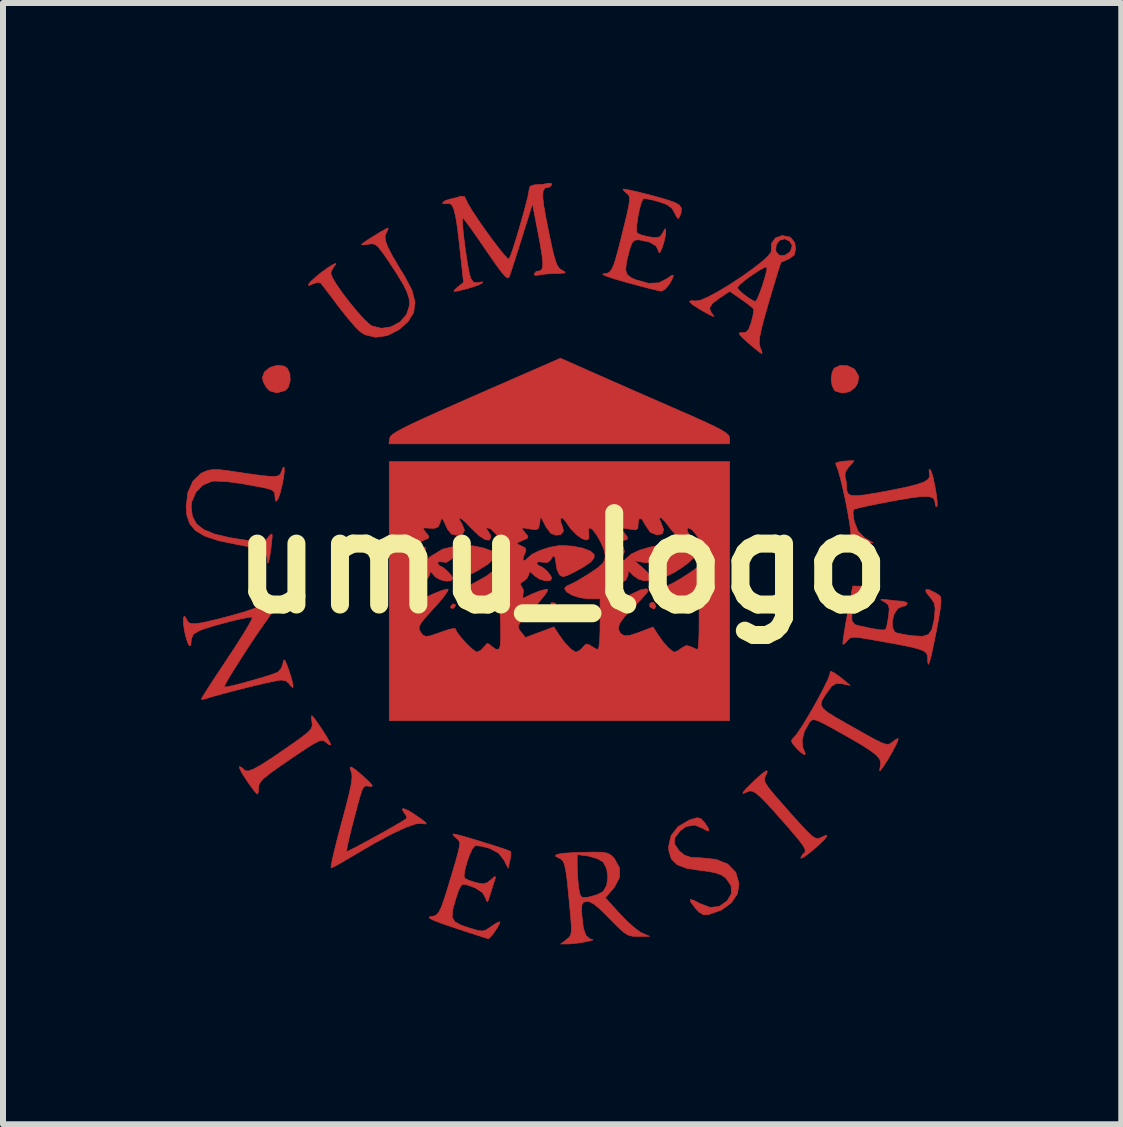
<source format=kicad_pcb>
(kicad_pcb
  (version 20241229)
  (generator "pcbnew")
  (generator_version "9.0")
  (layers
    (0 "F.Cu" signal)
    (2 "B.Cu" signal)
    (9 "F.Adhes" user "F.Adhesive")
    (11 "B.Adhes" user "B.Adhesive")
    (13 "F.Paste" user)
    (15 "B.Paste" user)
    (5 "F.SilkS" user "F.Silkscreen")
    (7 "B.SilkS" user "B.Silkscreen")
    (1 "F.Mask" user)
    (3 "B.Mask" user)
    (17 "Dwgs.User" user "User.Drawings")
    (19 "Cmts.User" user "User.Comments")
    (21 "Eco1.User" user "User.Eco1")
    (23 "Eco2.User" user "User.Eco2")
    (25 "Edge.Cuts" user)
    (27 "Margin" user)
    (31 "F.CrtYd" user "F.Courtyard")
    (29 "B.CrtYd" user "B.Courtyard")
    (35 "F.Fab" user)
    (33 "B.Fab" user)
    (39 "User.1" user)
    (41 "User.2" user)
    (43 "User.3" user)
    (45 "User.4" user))
  (footprint "umu_logo"
    (layer "F.Cu")
    (at 6.318 6.338)
    (property "Reference" "umu_logo" (at 0 0 0) (layer "F.SilkS") (effects (font (size 1.524 1.524) (thickness 0.3))))
    (attr through_hole)
    (fp_poly (pts (xy -1.781 0.688) (xy -1.775 0.708) (xy -1.805 0.748) (xy -1.822 0.756) (xy -1.859 0.742) (xy -1.856 0.722) (xy -1.819 0.678) (xy -1.781 0.688)) (stroke (width 0.01) (type solid)) (fill yes) (layer "F.Cu"))
    (fp_poly (pts (xy -0.118 0.663) (xy -0.108 0.674) (xy -0.112 0.729) (xy -0.123 0.739) (xy -0.179 0.734) (xy -0.188 0.723) (xy -0.184 0.668) (xy -0.173 0.658) (xy -0.118 0.663)) (stroke (width 0.01) (type solid)) (fill yes) (layer "F.Cu"))
    (fp_poly (pts (xy 1.539 0.664) (xy 1.565 0.723) (xy 1.538 0.761) (xy 1.526 0.762) (xy 1.469 0.731) (xy 1.462 0.723) (xy 1.464 0.672) (xy 1.509 0.65) (xy 1.539 0.664)) (stroke (width 0.01) (type solid)) (fill yes) (layer "F.Cu"))
    (fp_poly (pts (xy -4.636 -3.287) (xy -4.58 -3.251) (xy -4.536 -3.159) (xy -4.531 -3.04) (xy -4.563 -2.932) (xy -4.612 -2.88) (xy -4.754 -2.839) (xy -4.874 -2.874) (xy -4.929 -2.93) (xy -4.98 -3.026) (xy -4.995 -3.093) (xy -4.958 -3.191) (xy -4.867 -3.263) (xy -4.75 -3.298) (xy -4.636 -3.287)) (stroke (width 0.01) (type solid)) (fill yes) (layer "F.Cu"))
    (fp_poly (pts (xy 4.758 -3.292) (xy 4.866 -3.241) (xy 4.883 -3.225) (xy 4.946 -3.118) (xy 4.932 -3.008) (xy 4.887 -2.93) (xy 4.794 -2.859) (xy 4.673 -2.836) (xy 4.563 -2.867) (xy 4.538 -2.887) (xy 4.502 -2.964) (xy 4.487 -3.069) (xy 4.503 -3.179) (xy 4.538 -3.251) (xy 4.635 -3.296) (xy 4.758 -3.292)) (stroke (width 0.01) (type solid)) (fill yes) (layer "F.Cu"))
    (fp_poly (pts (xy 0.442 -3.209) (xy 0.621 -3.13) (xy 0.859 -3.025) (xy 1.136 -2.903) (xy 1.435 -2.772) (xy 1.736 -2.641) (xy 1.852 -2.59) (xy 2.15 -2.46) (xy 2.378 -2.357) (xy 2.547 -2.278) (xy 2.663 -2.217) (xy 2.737 -2.17) (xy 2.778 -2.132) (xy 2.793 -2.098) (xy 2.794 -2.085) (xy 2.794 -1.99) (xy -2.885 -1.99) (xy -2.871 -2.084) (xy -2.858 -2.113) (xy -2.821 -2.148) (xy -2.754 -2.192) (xy -2.65 -2.249) (xy -2.501 -2.323) (xy -2.3 -2.416) (xy -2.041 -2.533) (xy -1.715 -2.677) (xy -1.442 -2.798) (xy -0.026 -3.417) (xy 0.442 -3.209)) (stroke (width 0.01) (type solid)) (fill yes) (layer "F.Cu"))
    (fp_poly (pts (xy 3.424 3.469) (xy 3.396 3.538) (xy 3.389 3.551) (xy 3.374 3.598) (xy 3.386 3.652) (xy 3.433 3.729) (xy 3.524 3.842) (xy 3.635 3.97) (xy 3.829 4.19) (xy 3.976 4.353) (xy 4.084 4.468) (xy 4.161 4.541) (xy 4.217 4.58) (xy 4.258 4.591) (xy 4.294 4.584) (xy 4.319 4.572) (xy 4.402 4.535) (xy 4.42 4.547) (xy 4.374 4.606) (xy 4.267 4.709) (xy 4.212 4.757) (xy 4.1 4.849) (xy 4.018 4.906) (xy 3.98 4.918) (xy 3.979 4.916) (xy 4.01 4.856) (xy 4.022 4.847) (xy 4.052 4.818) (xy 4.054 4.777) (xy 4.021 4.711) (xy 3.946 4.611) (xy 3.824 4.466) (xy 3.741 4.37) (xy 3.552 4.156) (xy 3.409 3.998) (xy 3.303 3.892) (xy 3.225 3.827) (xy 3.168 3.799) (xy 3.121 3.798) (xy 3.089 3.811) (xy 3.022 3.84) (xy 3.016 3.823) (xy 3.071 3.758) (xy 3.189 3.641) (xy 3.206 3.625) (xy 3.332 3.512) (xy 3.403 3.46) (xy 3.424 3.469)) (stroke (width 0.01) (type solid)) (fill yes) (layer "F.Cu"))
    (fp_poly (pts (xy -4.139 2.573) (xy -4.079 2.655) (xy -4.005 2.764) (xy -3.932 2.878) (xy -3.877 2.973) (xy -3.852 3.026) (xy -3.852 3.027) (xy -3.878 3.029) (xy -3.933 2.988) (xy -3.967 2.962) (xy -4.006 2.954) (xy -4.061 2.969) (xy -4.145 3.013) (xy -4.27 3.092) (xy -4.447 3.21) (xy -4.536 3.271) (xy -4.741 3.412) (xy -4.886 3.517) (xy -4.979 3.595) (xy -5.032 3.655) (xy -5.054 3.705) (xy -5.057 3.739) (xy -5.063 3.822) (xy -5.078 3.851) (xy -5.112 3.818) (xy -5.178 3.732) (xy -5.258 3.618) (xy -5.332 3.502) (xy -5.374 3.419) (xy -5.377 3.387) (xy -5.377 3.387) (xy -5.322 3.417) (xy -5.313 3.429) (xy -5.279 3.46) (xy -5.225 3.463) (xy -5.141 3.432) (xy -5.017 3.363) (xy -4.844 3.252) (xy -4.653 3.122) (xy -4.454 2.984) (xy -4.316 2.884) (xy -4.229 2.812) (xy -4.181 2.757) (xy -4.163 2.71) (xy -4.166 2.663) (xy -4.167 2.656) (xy -4.177 2.573) (xy -4.171 2.54) (xy -4.139 2.573)) (stroke (width 0.01) (type solid)) (fill yes) (layer "F.Cu"))
    (fp_poly (pts (xy 2.318 4.26) (xy 2.375 4.322) (xy 2.44 4.419) (xy 2.447 4.463) (xy 2.399 4.45) (xy 2.361 4.426) (xy 2.214 4.366) (xy 2.07 4.389) (xy 1.967 4.464) (xy 1.881 4.577) (xy 1.875 4.678) (xy 1.948 4.788) (xy 1.967 4.807) (xy 2.047 4.87) (xy 2.144 4.902) (xy 2.289 4.911) (xy 2.307 4.911) (xy 2.567 4.937) (xy 2.761 5.014) (xy 2.888 5.144) (xy 2.901 5.166) (xy 2.951 5.343) (xy 2.924 5.51) (xy 2.825 5.659) (xy 2.662 5.779) (xy 2.448 5.857) (xy 2.361 5.862) (xy 2.285 5.817) (xy 2.224 5.752) (xy 2.149 5.652) (xy 2.138 5.607) (xy 2.191 5.617) (xy 2.302 5.675) (xy 2.47 5.739) (xy 2.622 5.721) (xy 2.753 5.629) (xy 2.826 5.506) (xy 2.818 5.375) (xy 2.733 5.251) (xy 2.652 5.194) (xy 2.54 5.156) (xy 2.373 5.129) (xy 2.307 5.122) (xy 2.077 5.086) (xy 1.919 5.026) (xy 1.825 4.933) (xy 1.782 4.8) (xy 1.778 4.721) (xy 1.818 4.543) (xy 1.932 4.395) (xy 2.115 4.286) (xy 2.155 4.271) (xy 2.256 4.243) (xy 2.318 4.26)) (stroke (width 0.01) (type solid)) (fill yes) (layer "F.Cu"))
    (fp_poly (pts (xy -3.444 3.441) (xy -3.321 3.545) (xy -3.302 3.562) (xy -3.202 3.656) (xy -3.161 3.705) (xy -3.174 3.722) (xy -3.214 3.719) (xy -3.254 3.713) (xy -3.284 3.716) (xy -3.31 3.738) (xy -3.336 3.793) (xy -3.368 3.89) (xy -3.409 4.041) (xy -3.466 4.257) (xy -3.497 4.374) (xy -3.541 4.55) (xy -3.573 4.692) (xy -3.589 4.783) (xy -3.589 4.807) (xy -3.551 4.792) (xy -3.455 4.744) (xy -3.319 4.672) (xy -3.16 4.585) (xy -2.993 4.493) (xy -2.836 4.404) (xy -2.705 4.328) (xy -2.616 4.273) (xy -2.588 4.253) (xy -2.596 4.211) (xy -2.625 4.17) (xy -2.665 4.105) (xy -2.644 4.089) (xy -2.566 4.121) (xy -2.474 4.177) (xy -2.337 4.271) (xy -2.268 4.326) (xy -2.264 4.348) (xy -2.321 4.342) (xy -2.338 4.338) (xy -2.44 4.346) (xy -2.607 4.405) (xy -2.836 4.512) (xy -3.123 4.666) (xy -3.467 4.867) (xy -3.538 4.909) (xy -3.675 4.99) (xy -3.784 5.051) (xy -3.844 5.079) (xy -3.849 5.08) (xy -3.848 5.041) (xy -3.827 4.934) (xy -3.789 4.771) (xy -3.737 4.564) (xy -3.674 4.329) (xy -3.598 4.045) (xy -3.545 3.832) (xy -3.513 3.678) (xy -3.5 3.573) (xy -3.504 3.505) (xy -3.511 3.482) (xy -3.535 3.411) (xy -3.514 3.396) (xy -3.444 3.441)) (stroke (width 0.01) (type solid)) (fill yes) (layer "F.Cu"))
    (fp_poly (pts (xy 4.536 1.827) (xy 4.643 1.903) (xy 4.699 1.949) (xy 4.805 2.037) (xy 4.672 2.011) (xy 4.57 2.005) (xy 4.499 2.048) (xy 4.456 2.104) (xy 4.379 2.212) (xy 4.331 2.293) (xy 4.319 2.358) (xy 4.348 2.418) (xy 4.426 2.485) (xy 4.56 2.569) (xy 4.756 2.681) (xy 4.848 2.733) (xy 5.066 2.856) (xy 5.223 2.942) (xy 5.331 2.994) (xy 5.403 3.018) (xy 5.45 3.018) (xy 5.485 3) (xy 5.497 2.99) (xy 5.567 2.937) (xy 5.604 2.921) (xy 5.6 2.953) (xy 5.563 3.037) (xy 5.502 3.152) (xy 5.429 3.276) (xy 5.355 3.391) (xy 5.343 3.408) (xy 5.301 3.462) (xy 5.295 3.445) (xy 5.308 3.378) (xy 5.313 3.319) (xy 5.294 3.262) (xy 5.241 3.2) (xy 5.145 3.126) (xy 4.998 3.031) (xy 4.791 2.91) (xy 4.623 2.816) (xy 4.437 2.712) (xy 4.311 2.647) (xy 4.23 2.614) (xy 4.18 2.609) (xy 4.147 2.627) (xy 4.127 2.651) (xy 4.041 2.802) (xy 4.002 2.954) (xy 4.016 3.079) (xy 4.022 3.092) (xy 4.057 3.175) (xy 4.04 3.194) (xy 3.977 3.15) (xy 3.915 3.09) (xy 3.842 3.006) (xy 3.824 2.956) (xy 3.854 2.916) (xy 3.862 2.91) (xy 3.913 2.85) (xy 3.991 2.735) (xy 4.084 2.584) (xy 4.184 2.413) (xy 4.282 2.237) (xy 4.367 2.074) (xy 4.432 1.941) (xy 4.465 1.853) (xy 4.468 1.83) (xy 4.475 1.801) (xy 4.536 1.827)) (stroke (width 0.01) (type solid)) (fill yes) (layer "F.Cu"))
    (fp_poly (pts (xy 4.864 -1.707) (xy 4.868 -1.705) (xy 4.842 -1.67) (xy 4.78 -1.605) (xy 4.725 -1.522) (xy 4.717 -1.454) (xy 4.738 -1.359) (xy 4.742 -1.298) (xy 4.746 -1.217) (xy 4.766 -1.162) (xy 4.813 -1.132) (xy 4.899 -1.124) (xy 5.035 -1.137) (xy 5.234 -1.169) (xy 5.434 -1.206) (xy 5.705 -1.26) (xy 5.902 -1.308) (xy 6.033 -1.353) (xy 6.106 -1.4) (xy 6.132 -1.451) (xy 6.123 -1.502) (xy 6.119 -1.557) (xy 6.133 -1.566) (xy 6.156 -1.528) (xy 6.185 -1.432) (xy 6.213 -1.301) (xy 6.238 -1.162) (xy 6.253 -1.04) (xy 6.254 -0.959) (xy 6.248 -0.943) (xy 6.227 -0.953) (xy 6.223 -0.983) (xy 6.213 -1.049) (xy 6.178 -1.092) (xy 6.105 -1.112) (xy 5.984 -1.111) (xy 5.804 -1.088) (xy 5.555 -1.045) (xy 5.496 -1.034) (xy 5.279 -0.992) (xy 5.092 -0.954) (xy 4.951 -0.922) (xy 4.871 -0.9) (xy 4.86 -0.894) (xy 4.851 -0.841) (xy 4.864 -0.737) (xy 4.876 -0.683) (xy 4.939 -0.529) (xy 5.042 -0.427) (xy 5.055 -0.419) (xy 5.186 -0.339) (xy 4.991 -0.339) (xy 4.872 -0.342) (xy 4.819 -0.36) (xy 4.809 -0.405) (xy 4.815 -0.441) (xy 4.814 -0.521) (xy 4.796 -0.66) (xy 4.765 -0.84) (xy 4.727 -1.039) (xy 4.684 -1.237) (xy 4.641 -1.415) (xy 4.603 -1.552) (xy 4.572 -1.629) (xy 4.569 -1.634) (xy 4.563 -1.669) (xy 4.627 -1.691) (xy 4.698 -1.7) (xy 4.804 -1.708) (xy 4.864 -1.707)) (stroke (width 0.01) (type solid)) (fill yes) (layer "F.Cu"))
    (fp_poly (pts (xy -4.628 -1.541) (xy -4.64 -1.434) (xy -4.66 -1.326) (xy -4.698 -1.17) (xy -4.735 -1.068) (xy -4.764 -1.029) (xy -4.781 -1.06) (xy -4.784 -1.11) (xy -4.792 -1.177) (xy -4.832 -1.218) (xy -4.922 -1.248) (xy -5.006 -1.266) (xy -5.336 -1.326) (xy -5.596 -1.361) (xy -5.783 -1.369) (xy -5.839 -1.364) (xy -5.985 -1.303) (xy -6.102 -1.183) (xy -6.171 -1.026) (xy -6.181 -0.938) (xy -6.161 -0.781) (xy -6.095 -0.658) (xy -5.976 -0.562) (xy -5.793 -0.486) (xy -5.539 -0.426) (xy -5.387 -0.401) (xy -5.198 -0.373) (xy -5.075 -0.359) (xy -4.998 -0.36) (xy -4.95 -0.377) (xy -4.913 -0.412) (xy -4.896 -0.433) (xy -4.853 -0.482) (xy -4.833 -0.486) (xy -4.831 -0.433) (xy -4.844 -0.312) (xy -4.848 -0.275) (xy -4.87 -0.12) (xy -4.889 -0.026) (xy -4.903 0.001) (xy -4.91 -0.047) (xy -4.911 -0.076) (xy -4.925 -0.142) (xy -4.975 -0.193) (xy -5.073 -0.237) (xy -5.233 -0.277) (xy -5.433 -0.315) (xy -5.731 -0.377) (xy -5.953 -0.451) (xy -6.108 -0.542) (xy -6.206 -0.657) (xy -6.255 -0.804) (xy -6.265 -0.941) (xy -6.236 -1.179) (xy -6.152 -1.367) (xy -6.018 -1.496) (xy -5.982 -1.515) (xy -5.903 -1.547) (xy -5.821 -1.561) (xy -5.712 -1.559) (xy -5.554 -1.54) (xy -5.471 -1.527) (xy -5.201 -1.487) (xy -5.004 -1.461) (xy -4.866 -1.447) (xy -4.777 -1.446) (xy -4.724 -1.459) (xy -4.695 -1.484) (xy -4.678 -1.522) (xy -4.678 -1.522) (xy -4.648 -1.597) (xy -4.631 -1.599) (xy -4.628 -1.541)) (stroke (width 0.01) (type solid)) (fill yes) (layer "F.Cu"))
    (fp_poly (pts (xy -2.902 -5.558) (xy -2.93 -5.505) (xy -2.95 -5.448) (xy -2.942 -5.373) (xy -2.902 -5.267) (xy -2.826 -5.12) (xy -2.709 -4.921) (xy -2.625 -4.787) (xy -2.501 -4.551) (xy -2.45 -4.352) (xy -2.472 -4.179) (xy -2.569 -4.024) (xy -2.718 -3.893) (xy -2.91 -3.794) (xy -3.105 -3.766) (xy -3.284 -3.808) (xy -3.361 -3.856) (xy -3.435 -3.928) (xy -3.541 -4.049) (xy -3.662 -4.198) (xy -3.733 -4.29) (xy -3.845 -4.439) (xy -3.939 -4.563) (xy -4.004 -4.646) (xy -4.024 -4.671) (xy -4.08 -4.681) (xy -4.144 -4.659) (xy -4.217 -4.629) (xy -4.229 -4.644) (xy -4.186 -4.697) (xy -4.093 -4.781) (xy -4.024 -4.837) (xy -3.907 -4.922) (xy -3.818 -4.978) (xy -3.769 -4.998) (xy -3.771 -4.979) (xy -3.802 -4.945) (xy -3.847 -4.863) (xy -3.852 -4.828) (xy -3.825 -4.755) (xy -3.754 -4.638) (xy -3.652 -4.493) (xy -3.532 -4.337) (xy -3.408 -4.187) (xy -3.294 -4.061) (xy -3.202 -3.977) (xy -3.17 -3.956) (xy -3.01 -3.915) (xy -2.846 -3.941) (xy -2.699 -4.022) (xy -2.591 -4.145) (xy -2.541 -4.299) (xy -2.54 -4.326) (xy -2.55 -4.419) (xy -2.586 -4.526) (xy -2.653 -4.66) (xy -2.76 -4.835) (xy -2.889 -5.032) (xy -2.992 -5.18) (xy -3.064 -5.271) (xy -3.119 -5.315) (xy -3.173 -5.325) (xy -3.222 -5.318) (xy -3.308 -5.306) (xy -3.344 -5.31) (xy -3.344 -5.31) (xy -3.312 -5.339) (xy -3.23 -5.395) (xy -3.123 -5.462) (xy -3.016 -5.527) (xy -2.933 -5.574) (xy -2.899 -5.588) (xy -2.902 -5.558)) (stroke (width 0.01) (type solid)) (fill yes) (layer "F.Cu"))
    (fp_poly (pts (xy 0.677 4.819) (xy 0.757 4.834) (xy 0.812 4.863) (xy 0.86 4.91) (xy 0.874 4.926) (xy 0.959 5.078) (xy 0.96 5.235) (xy 0.877 5.396) (xy 0.848 5.432) (xy 0.722 5.576) (xy 0.962 5.842) (xy 1.09 5.973) (xy 1.215 6.084) (xy 1.314 6.155) (xy 1.332 6.164) (xy 1.46 6.22) (xy 1.271 6.221) (xy 1.179 6.219) (xy 1.106 6.201) (xy 1.033 6.156) (xy 0.94 6.074) (xy 0.81 5.942) (xy 0.793 5.924) (xy 0.642 5.774) (xy 0.532 5.682) (xy 0.453 5.641) (xy 0.412 5.638) (xy 0.358 5.653) (xy 0.332 5.694) (xy 0.327 5.781) (xy 0.333 5.884) (xy 0.356 6.082) (xy 0.399 6.205) (xy 0.465 6.263) (xy 0.499 6.27) (xy 0.516 6.279) (xy 0.47 6.295) (xy 0.383 6.313) (xy 0.275 6.331) (xy 0.168 6.343) (xy 0.106 6.347) (xy -0.021 6.348) (xy 0.076 6.273) (xy 0.118 6.238) (xy 0.144 6.199) (xy 0.156 6.139) (xy 0.156 6.042) (xy 0.144 5.89) (xy 0.128 5.713) (xy 0.102 5.442) (xy 0.081 5.244) (xy 0.06 5.105) (xy 0.039 5.015) (xy 0.013 4.961) (xy -0.019 4.931) (xy -0.052 4.915) (xy -0.111 4.882) (xy -0.089 4.857) (xy 0.254 4.857) (xy 0.254 5.064) (xy 0.261 5.228) (xy 0.275 5.388) (xy 0.281 5.43) (xy 0.303 5.533) (xy 0.34 5.573) (xy 0.42 5.569) (xy 0.461 5.562) (xy 0.585 5.526) (xy 0.682 5.475) (xy 0.688 5.47) (xy 0.745 5.372) (xy 0.764 5.234) (xy 0.745 5.094) (xy 0.69 4.986) (xy 0.681 4.977) (xy 0.586 4.924) (xy 0.455 4.885) (xy 0.427 4.88) (xy 0.254 4.857) (xy -0.089 4.857) (xy -0.088 4.856) (xy 0.017 4.836) (xy 0.206 4.823) (xy 0.361 4.819) (xy 0.551 4.816) (xy 0.677 4.819)) (stroke (width 0.01) (type solid)) (fill yes) (layer "F.Cu"))
    (fp_poly (pts (xy 5.016 0.385) (xy 5.186 0.388) (xy 5.05 0.447) (xy 4.94 0.523) (xy 4.876 0.648) (xy 4.871 0.666) (xy 4.832 0.843) (xy 4.833 0.957) (xy 4.877 1.019) (xy 4.921 1.036) (xy 5.131 1.082) (xy 5.272 1.107) (xy 5.356 1.114) (xy 5.394 1.104) (xy 5.398 1.1) (xy 5.416 1.04) (xy 5.437 0.929) (xy 5.445 0.88) (xy 5.455 0.76) (xy 5.438 0.694) (xy 5.384 0.65) (xy 5.37 0.643) (xy 5.316 0.611) (xy 5.325 0.601) (xy 5.407 0.608) (xy 5.44 0.612) (xy 5.568 0.627) (xy 5.669 0.634) (xy 5.683 0.635) (xy 5.746 0.655) (xy 5.757 0.677) (xy 5.722 0.712) (xy 5.672 0.72) (xy 5.596 0.756) (xy 5.539 0.844) (xy 5.507 0.958) (xy 5.508 1.068) (xy 5.546 1.145) (xy 5.57 1.16) (xy 5.65 1.179) (xy 5.778 1.201) (xy 5.858 1.211) (xy 6.01 1.219) (xy 6.108 1.189) (xy 6.166 1.107) (xy 6.201 0.959) (xy 6.209 0.892) (xy 6.22 0.754) (xy 6.205 0.665) (xy 6.157 0.592) (xy 6.137 0.57) (xy 6.068 0.482) (xy 6.065 0.439) (xy 6.12 0.443) (xy 6.226 0.495) (xy 6.296 0.54) (xy 6.315 0.574) (xy 6.318 0.648) (xy 6.304 0.774) (xy 6.272 0.964) (xy 6.242 1.122) (xy 6.19 1.379) (xy 6.151 1.556) (xy 6.123 1.657) (xy 6.106 1.687) (xy 6.097 1.648) (xy 6.096 1.594) (xy 6.092 1.538) (xy 6.071 1.495) (xy 6.022 1.459) (xy 5.934 1.427) (xy 5.795 1.392) (xy 5.594 1.352) (xy 5.361 1.31) (xy 5.138 1.27) (xy 4.985 1.245) (xy 4.885 1.235) (xy 4.824 1.239) (xy 4.787 1.257) (xy 4.76 1.287) (xy 4.758 1.29) (xy 4.707 1.345) (xy 4.683 1.352) (xy 4.684 1.305) (xy 4.699 1.193) (xy 4.725 1.033) (xy 4.757 0.857) (xy 4.847 0.381) (xy 5.016 0.385)) (stroke (width 0.01) (type solid)) (fill yes) (layer "F.Cu"))
    (fp_poly (pts (xy 1.065 -6.232) (xy 1.175 -6.209) (xy 1.333 -6.171) (xy 1.513 -6.125) (xy 1.729 -6.065) (xy 1.873 -6.016) (xy 1.956 -5.97) (xy 1.99 -5.917) (xy 1.986 -5.849) (xy 1.962 -5.778) (xy 1.938 -5.743) (xy 1.907 -5.777) (xy 1.881 -5.835) (xy 1.828 -5.921) (xy 1.742 -5.981) (xy 1.607 -6.029) (xy 1.479 -6.062) (xy 1.385 -6.078) (xy 1.355 -6.075) (xy 1.325 -6.021) (xy 1.294 -5.913) (xy 1.267 -5.779) (xy 1.248 -5.646) (xy 1.243 -5.544) (xy 1.253 -5.503) (xy 1.316 -5.473) (xy 1.427 -5.444) (xy 1.463 -5.438) (xy 1.577 -5.426) (xy 1.639 -5.445) (xy 1.68 -5.506) (xy 1.682 -5.51) (xy 1.717 -5.574) (xy 1.729 -5.565) (xy 1.73 -5.524) (xy 1.72 -5.439) (xy 1.696 -5.341) (xy 1.667 -5.25) (xy 1.638 -5.187) (xy 1.618 -5.174) (xy 1.613 -5.197) (xy 1.569 -5.287) (xy 1.458 -5.353) (xy 1.293 -5.389) (xy 1.274 -5.39) (xy 1.21 -5.384) (xy 1.168 -5.34) (xy 1.131 -5.239) (xy 1.116 -5.186) (xy 1.073 -5.006) (xy 1.062 -4.887) (xy 1.087 -4.811) (xy 1.153 -4.759) (xy 1.229 -4.725) (xy 1.441 -4.665) (xy 1.616 -4.674) (xy 1.751 -4.744) (xy 1.832 -4.8) (xy 1.858 -4.795) (xy 1.832 -4.727) (xy 1.79 -4.653) (xy 1.723 -4.57) (xy 1.657 -4.535) (xy 1.652 -4.535) (xy 1.588 -4.548) (xy 1.461 -4.579) (xy 1.288 -4.624) (xy 1.088 -4.678) (xy 1.079 -4.68) (xy 0.899 -4.732) (xy 0.765 -4.775) (xy 0.688 -4.807) (xy 0.679 -4.822) (xy 0.686 -4.822) (xy 0.743 -4.828) (xy 0.789 -4.849) (xy 0.828 -4.897) (xy 0.866 -4.982) (xy 0.908 -5.118) (xy 0.96 -5.314) (xy 1.016 -5.541) (xy 1.072 -5.768) (xy 1.107 -5.926) (xy 1.125 -6.031) (xy 1.126 -6.095) (xy 1.112 -6.134) (xy 1.084 -6.161) (xy 1.079 -6.165) (xy 1.025 -6.215) (xy 1.019 -6.237) (xy 1.065 -6.232)) (stroke (width 0.01) (type solid)) (fill yes) (layer "F.Cu"))
    (fp_poly (pts (xy -4.872 0.569) (xy -4.857 0.623) (xy -4.835 0.751) (xy -4.849 0.838) (xy -4.885 0.899) (xy -4.989 1.045) (xy -5.108 1.217) (xy -5.231 1.403) (xy -5.351 1.589) (xy -5.46 1.761) (xy -5.549 1.906) (xy -5.609 2.011) (xy -5.631 2.063) (xy -5.63 2.066) (xy -5.578 2.06) (xy -5.465 2.035) (xy -5.314 1.996) (xy -5.146 1.949) (xy -4.981 1.901) (xy -4.842 1.857) (xy -4.749 1.822) (xy -4.734 1.815) (xy -4.676 1.748) (xy -4.649 1.662) (xy -4.638 1.612) (xy -4.618 1.621) (xy -4.585 1.697) (xy -4.544 1.81) (xy -4.503 1.943) (xy -4.482 2.038) (xy -4.487 2.074) (xy -4.487 2.074) (xy -4.529 2.041) (xy -4.545 2.011) (xy -4.601 1.963) (xy -4.681 1.947) (xy -4.752 1.958) (xy -4.886 1.986) (xy -5.064 2.027) (xy -5.267 2.076) (xy -5.476 2.129) (xy -5.673 2.181) (xy -5.838 2.227) (xy -5.953 2.263) (xy -5.958 2.265) (xy -6.007 2.27) (xy -6.011 2.263) (xy -5.989 2.223) (xy -5.927 2.124) (xy -5.832 1.977) (xy -5.711 1.794) (xy -5.573 1.585) (xy -5.567 1.576) (xy -5.43 1.368) (xy -5.314 1.185) (xy -5.226 1.039) (xy -5.173 0.939) (xy -5.159 0.898) (xy -5.16 0.898) (xy -5.219 0.902) (xy -5.338 0.925) (xy -5.494 0.961) (xy -5.666 1.006) (xy -5.833 1.053) (xy -5.973 1.097) (xy -6.042 1.123) (xy -6.141 1.181) (xy -6.178 1.257) (xy -6.181 1.297) (xy -6.189 1.374) (xy -6.212 1.377) (xy -6.243 1.315) (xy -6.278 1.197) (xy -6.296 1.111) (xy -6.313 0.984) (xy -6.31 0.904) (xy -6.29 0.884) (xy -6.257 0.935) (xy -6.25 0.953) (xy -6.224 0.99) (xy -6.174 1.009) (xy -6.089 1.007) (xy -5.956 0.984) (xy -5.764 0.939) (xy -5.554 0.885) (xy -5.303 0.814) (xy -5.124 0.752) (xy -5.006 0.693) (xy -4.938 0.631) (xy -4.909 0.56) (xy -4.906 0.533) (xy -4.895 0.515) (xy -4.872 0.569)) (stroke (width 0.01) (type solid)) (fill yes) (layer "F.Cu"))
    (fp_poly (pts (xy -1.774 4.519) (xy -1.67 4.546) (xy -1.525 4.588) (xy -1.358 4.638) (xy -1.188 4.69) (xy -1.034 4.74) (xy -0.918 4.78) (xy -0.857 4.805) (xy -0.853 4.807) (xy -0.851 4.853) (xy -0.866 4.946) (xy -0.868 4.953) (xy -0.897 5.086) (xy -0.967 4.948) (xy -1.056 4.833) (xy -1.197 4.758) (xy -1.218 4.75) (xy -1.34 4.718) (xy -1.432 4.708) (xy -1.453 4.711) (xy -1.494 4.761) (xy -1.541 4.863) (xy -1.586 4.99) (xy -1.619 5.116) (xy -1.632 5.213) (xy -1.623 5.25) (xy -1.561 5.283) (xy -1.455 5.319) (xy -1.433 5.325) (xy -1.321 5.346) (xy -1.244 5.325) (xy -1.184 5.276) (xy -1.122 5.224) (xy -1.107 5.233) (xy -1.113 5.256) (xy -1.14 5.338) (xy -1.178 5.462) (xy -1.192 5.507) (xy -1.226 5.613) (xy -1.247 5.645) (xy -1.264 5.612) (xy -1.27 5.586) (xy -1.326 5.49) (xy -1.449 5.411) (xy -1.596 5.358) (xy -1.647 5.351) (xy -1.685 5.377) (xy -1.722 5.451) (xy -1.769 5.59) (xy -1.776 5.613) (xy -1.824 5.786) (xy -1.831 5.9) (xy -1.787 5.976) (xy -1.682 6.034) (xy -1.54 6.082) (xy -1.409 6.121) (xy -1.327 6.132) (xy -1.263 6.113) (xy -1.188 6.062) (xy -1.182 6.058) (xy -1.095 6) (xy -1.041 5.977) (xy -1.035 5.978) (xy -1.046 6.019) (xy -1.091 6.096) (xy -1.15 6.181) (xy -1.203 6.244) (xy -1.228 6.26) (xy -1.274 6.246) (xy -1.384 6.211) (xy -1.544 6.159) (xy -1.737 6.096) (xy -1.778 6.082) (xy -1.996 6.008) (xy -2.138 5.954) (xy -2.208 5.918) (xy -2.211 5.898) (xy -2.191 5.893) (xy -2.135 5.883) (xy -2.091 5.862) (xy -2.053 5.817) (xy -2.013 5.737) (xy -1.967 5.61) (xy -1.908 5.425) (xy -1.838 5.192) (xy -1.773 4.972) (xy -1.731 4.82) (xy -1.709 4.719) (xy -1.706 4.658) (xy -1.721 4.62) (xy -1.75 4.593) (xy -1.755 4.589) (xy -1.81 4.538) (xy -1.817 4.513) (xy -1.774 4.519)) (stroke (width 0.01) (type solid)) (fill yes) (layer "F.Cu"))
    (fp_poly (pts (xy 3.808 -5.433) (xy 3.879 -5.345) (xy 3.895 -5.24) (xy 3.871 -5.137) (xy 3.784 -5.073) (xy 3.778 -5.071) (xy 3.692 -5.033) (xy 3.651 -5.015) (xy 3.636 -4.974) (xy 3.602 -4.866) (xy 3.552 -4.704) (xy 3.492 -4.503) (xy 3.448 -4.357) (xy 3.375 -4.1) (xy 3.325 -3.91) (xy 3.297 -3.776) (xy 3.288 -3.685) (xy 3.295 -3.623) (xy 3.302 -3.603) (xy 3.332 -3.525) (xy 3.335 -3.491) (xy 3.3 -3.511) (xy 3.22 -3.574) (xy 3.111 -3.666) (xy 3.004 -3.764) (xy 2.955 -3.819) (xy 2.961 -3.841) (xy 3 -3.842) (xy 3.066 -3.848) (xy 3.111 -3.896) (xy 3.153 -4.006) (xy 3.156 -4.019) (xy 3.186 -4.138) (xy 3.196 -4.222) (xy 3.192 -4.24) (xy 3.147 -4.282) (xy 3.056 -4.352) (xy 2.983 -4.403) (xy 2.796 -4.532) (xy 2.626 -4.42) (xy 2.507 -4.329) (xy 2.461 -4.256) (xy 2.481 -4.185) (xy 2.508 -4.152) (xy 2.535 -4.115) (xy 2.506 -4.119) (xy 2.415 -4.165) (xy 2.297 -4.233) (xy 2.173 -4.312) (xy 2.125 -4.36) (xy 2.152 -4.377) (xy 2.234 -4.371) (xy 2.315 -4.386) (xy 2.443 -4.442) (xy 2.604 -4.529) (xy 2.711 -4.593) (xy 2.923 -4.593) (xy 2.954 -4.548) (xy 3.029 -4.482) (xy 3.121 -4.415) (xy 3.2 -4.37) (xy 3.224 -4.363) (xy 3.251 -4.399) (xy 3.293 -4.495) (xy 3.343 -4.631) (xy 3.345 -4.638) (xy 3.388 -4.78) (xy 3.414 -4.887) (xy 3.416 -4.938) (xy 3.415 -4.939) (xy 3.372 -4.929) (xy 3.284 -4.88) (xy 3.174 -4.808) (xy 3.063 -4.728) (xy 2.974 -4.654) (xy 2.926 -4.602) (xy 2.923 -4.593) (xy 2.711 -4.593) (xy 2.785 -4.637) (xy 2.97 -4.758) (xy 3.146 -4.882) (xy 3.3 -4.999) (xy 3.417 -5.101) (xy 3.482 -5.178) (xy 3.491 -5.211) (xy 3.491 -5.215) (xy 3.563 -5.215) (xy 3.571 -5.186) (xy 3.628 -5.131) (xy 3.713 -5.131) (xy 3.792 -5.182) (xy 3.813 -5.212) (xy 3.838 -5.296) (xy 3.796 -5.366) (xy 3.796 -5.366) (xy 3.711 -5.407) (xy 3.629 -5.383) (xy 3.572 -5.313) (xy 3.563 -5.215) (xy 3.491 -5.215) (xy 3.492 -5.329) (xy 3.557 -5.421) (xy 3.668 -5.461) (xy 3.676 -5.461) (xy 3.808 -5.433)) (stroke (width 0.01) (type solid)) (fill yes) (layer "F.Cu"))
    (fp_poly (pts (xy -0.18 -6.333) (xy -0.169 -6.312) (xy -0.204 -6.271) (xy -0.234 -6.265) (xy -0.286 -6.252) (xy -0.315 -6.204) (xy -0.321 -6.11) (xy -0.304 -5.959) (xy -0.265 -5.74) (xy -0.254 -5.686) (xy -0.2 -5.417) (xy -0.157 -5.218) (xy -0.121 -5.079) (xy -0.089 -4.987) (xy -0.057 -4.929) (xy -0.019 -4.895) (xy 0.01 -4.878) (xy 0.055 -4.851) (xy 0.041 -4.837) (xy -0.043 -4.83) (xy -0.113 -4.829) (xy -0.252 -4.822) (xy -0.363 -4.809) (xy -0.399 -4.8) (xy -0.455 -4.8) (xy -0.466 -4.821) (xy -0.431 -4.863) (xy -0.401 -4.868) (xy -0.354 -4.878) (xy -0.327 -4.915) (xy -0.319 -4.991) (xy -0.331 -5.119) (xy -0.361 -5.308) (xy -0.394 -5.482) (xy -0.492 -5.99) (xy -0.671 -5.419) (xy -0.738 -5.206) (xy -0.798 -5.018) (xy -0.846 -4.871) (xy -0.876 -4.783) (xy -0.881 -4.77) (xy -0.902 -4.753) (xy -0.942 -4.778) (xy -1.007 -4.851) (xy -1.102 -4.98) (xy -1.235 -5.171) (xy -1.271 -5.224) (xy -1.397 -5.408) (xy -1.507 -5.565) (xy -1.593 -5.682) (xy -1.644 -5.747) (xy -1.655 -5.756) (xy -1.661 -5.718) (xy -1.655 -5.616) (xy -1.641 -5.47) (xy -1.62 -5.298) (xy -1.595 -5.121) (xy -1.569 -4.958) (xy -1.543 -4.827) (xy -1.522 -4.749) (xy -1.522 -4.749) (xy -1.472 -4.679) (xy -1.395 -4.677) (xy -1.386 -4.68) (xy -1.325 -4.69) (xy -1.333 -4.667) (xy -1.392 -4.638) (xy -1.502 -4.6) (xy -1.63 -4.563) (xy -1.744 -4.537) (xy -1.801 -4.53) (xy -1.794 -4.552) (xy -1.736 -4.606) (xy -1.735 -4.606) (xy -1.641 -4.682) (xy -1.71 -5.313) (xy -1.741 -5.58) (xy -1.771 -5.772) (xy -1.802 -5.9) (xy -1.837 -5.972) (xy -1.881 -5.999) (xy -1.936 -5.991) (xy -1.937 -5.991) (xy -1.985 -5.994) (xy -1.99 -6.007) (xy -1.953 -6.041) (xy -1.873 -6.067) (xy -1.76 -6.094) (xy -1.688 -6.117) (xy -1.624 -6.11) (xy -1.598 -6.058) (xy -1.565 -5.988) (xy -1.496 -5.874) (xy -1.401 -5.73) (xy -1.292 -5.572) (xy -1.177 -5.414) (xy -1.069 -5.271) (xy -0.977 -5.156) (xy -0.912 -5.085) (xy -0.884 -5.07) (xy -0.859 -5.124) (xy -0.817 -5.242) (xy -0.766 -5.403) (xy -0.71 -5.59) (xy -0.655 -5.782) (xy -0.607 -5.96) (xy -0.57 -6.106) (xy -0.552 -6.2) (xy -0.55 -6.217) (xy -0.532 -6.283) (xy -0.462 -6.307) (xy -0.427 -6.308) (xy -0.312 -6.316) (xy -0.236 -6.333) (xy -0.18 -6.333)) (stroke (width 0.01) (type solid)) (fill yes) (layer "F.Cu"))
    (fp_poly (pts (xy 2.794 2.625) (xy -2.879 2.625) (xy -2.879 -0.321) (xy -2.401 -0.321) (xy -2.341 -0.294) (xy -2.337 -0.293) (xy -2.27 -0.254) (xy -2.273 -0.196) (xy -2.288 -0.166) (xy -2.317 -0.08) (xy -2.291 -0.052) (xy -2.219 -0.089) (xy -2.191 -0.112) (xy -1.991 -0.233) (xy -1.748 -0.293) (xy -1.476 -0.288) (xy -1.303 -0.252) (xy -1.172 -0.203) (xy -1.116 -0.144) (xy -1.137 -0.073) (xy -1.235 0.016) (xy -1.412 0.128) (xy -1.414 0.129) (xy -1.56 0.201) (xy -1.657 0.212) (xy -1.718 0.158) (xy -1.757 0.034) (xy -1.762 0.01) (xy -1.783 -0.085) (xy -1.807 -0.107) (xy -1.843 -0.068) (xy -1.844 -0.067) (xy -1.925 -0.014) (xy -1.987 -0.02) (xy -2.057 -0.026) (xy -2.074 -0.003) (xy -2.049 0.041) (xy -2.04 0.042) (xy -1.982 0.071) (xy -1.905 0.137) (xy -1.841 0.211) (xy -1.82 0.256) (xy -1.853 0.294) (xy -1.932 0.299) (xy -2.028 0.276) (xy -2.111 0.229) (xy -2.135 0.202) (xy -2.183 0.143) (xy -2.2 0.153) (xy -2.201 0.182) (xy -2.237 0.25) (xy -2.313 0.299) (xy -2.388 0.333) (xy -2.391 0.363) (xy -2.349 0.397) (xy -2.295 0.475) (xy -2.3 0.527) (xy -2.31 0.579) (xy -2.297 0.583) (xy -2.147 0.512) (xy -2.015 0.459) (xy -1.922 0.433) (xy -1.897 0.433) (xy -1.906 0.467) (xy -1.963 0.549) (xy -2.058 0.664) (xy -2.136 0.75) (xy -2.265 0.892) (xy -2.343 0.988) (xy -2.379 1.053) (xy -2.381 1.101) (xy -2.362 1.141) (xy -2.321 1.197) (xy -2.273 1.221) (xy -2.198 1.212) (xy -2.075 1.171) (xy -2 1.143) (xy -1.88 1.103) (xy -1.8 1.087) (xy -1.778 1.093) (xy -1.75 1.152) (xy -1.68 1.243) (xy -1.59 1.342) (xy -1.5 1.428) (xy -1.432 1.477) (xy -1.417 1.482) (xy -1.35 1.45) (xy -1.3 1.396) (xy -1.249 1.339) (xy -1.208 1.35) (xy -1.186 1.375) (xy -1.113 1.429) (xy -1.073 1.439) (xy -1.045 1.424) (xy -1.028 1.368) (xy -1.022 1.259) (xy -1.024 1.082) (xy -1.025 1.027) (xy -1.037 0.614) (xy -1.223 0.601) (xy -1.36 0.576) (xy -1.486 0.531) (xy -1.578 0.476) (xy -1.609 0.427) (xy -1.574 0.393) (xy -1.486 0.34) (xy -1.423 0.308) (xy -1.256 0.212) (xy -1.108 0.101) (xy -0.996 -0.01) (xy -0.936 -0.106) (xy -0.931 -0.134) (xy -0.956 -0.243) (xy -0.994 -0.321) (xy -0.75 -0.321) (xy -0.689 -0.294) (xy -0.688 -0.293) (xy -0.612 -0.255) (xy -0.6 -0.205) (xy -0.636 -0.124) (xy -0.651 -0.057) (xy -0.618 -0.042) (xy -0.569 -0.089) (xy -0.494 -0.152) (xy -0.364 -0.214) (xy -0.207 -0.264) (xy -0.053 -0.292) (xy 0 -0.295) (xy 0.183 -0.283) (xy 0.348 -0.25) (xy 0.473 -0.202) (xy 0.536 -0.145) (xy 0.537 -0.143) (xy 0.534 -0.085) (xy 0.477 -0.018) (xy 0.355 0.065) (xy 0.205 0.148) (xy 0.086 0.206) (xy 0.017 0.224) (xy -0.028 0.206) (xy -0.044 0.188) (xy -0.085 0.1) (xy -0.101 -0.001) (xy -0.116 -0.099) (xy -0.146 -0.123) (xy -0.183 -0.066) (xy -0.186 -0.059) (xy -0.236 -0.012) (xy -0.318 -0.017) (xy -0.398 -0.023) (xy -0.423 -0.001) (xy -0.392 0.041) (xy -0.381 0.042) (xy -0.323 0.07) (xy -0.254 0.127) (xy -0.192 0.203) (xy -0.169 0.254) (xy -0.202 0.292) (xy -0.28 0.294) (xy -0.374 0.265) (xy -0.458 0.21) (xy -0.464 0.204) (xy -0.524 0.147) (xy -0.548 0.153) (xy -0.55 0.181) (xy -0.584 0.254) (xy -0.641 0.299) (xy -0.699 0.343) (xy -0.68 0.379) (xy -0.677 0.381) (xy -0.643 0.446) (xy -0.647 0.506) (xy -0.655 0.571) (xy -0.642 0.582) (xy -0.503 0.515) (xy -0.372 0.463) (xy -0.273 0.436) (xy -0.239 0.435) (xy -0.246 0.47) (xy -0.302 0.551) (xy -0.398 0.664) (xy -0.477 0.749) (xy -0.608 0.886) (xy -0.688 0.977) (xy -0.725 1.036) (xy -0.727 1.08) (xy -0.702 1.122) (xy -0.686 1.143) (xy -0.608 1.239) (xy -0.134 1.062) (xy -0.061 1.177) (xy 0.043 1.322) (xy 0.143 1.428) (xy 0.223 1.479) (xy 0.238 1.482) (xy 0.302 1.45) (xy 0.348 1.401) (xy 0.4 1.347) (xy 0.457 1.361) (xy 0.485 1.38) (xy 0.562 1.427) (xy 0.601 1.439) (xy 0.615 1.4) (xy 0.627 1.294) (xy 0.634 1.139) (xy 0.635 1.016) (xy 0.635 0.593) (xy 0.443 0.593) (xy 0.303 0.576) (xy 0.173 0.535) (xy 0.077 0.479) (xy 0.042 0.421) (xy 0.077 0.382) (xy 0.123 0.361) (xy 0.197 0.326) (xy 0.317 0.258) (xy 0.456 0.172) (xy 0.461 0.169) (xy 0.599 0.075) (xy 0.677 0.005) (xy 0.712 -0.059) (xy 0.72 -0.127) (xy 0.7 -0.224) (xy 0.652 -0.339) (xy 0.91 -0.339) (xy 0.919 -0.302) (xy 0.948 -0.296) (xy 1.025 -0.267) (xy 1.04 -0.19) (xy 1.016 -0.128) (xy 1.001 -0.058) (xy 1.033 -0.041) (xy 1.082 -0.089) (xy 1.158 -0.154) (xy 1.291 -0.216) (xy 1.452 -0.265) (xy 1.613 -0.293) (xy 1.667 -0.295) (xy 1.849 -0.284) (xy 2.016 -0.251) (xy 2.146 -0.204) (xy 2.216 -0.148) (xy 2.219 -0.141) (xy 2.197 -0.092) (xy 2.12 -0.018) (xy 2.008 0.067) (xy 1.881 0.148) (xy 1.758 0.211) (xy 1.726 0.224) (xy 1.65 0.214) (xy 1.594 0.137) (xy 1.567 0.009) (xy 1.566 -0.018) (xy 1.552 -0.099) (xy 1.524 -0.127) (xy 1.487 -0.092) (xy 1.482 -0.058) (xy 1.464 -0.013) (xy 1.398 -0.007) (xy 1.344 -0.015) (xy 1.206 -0.041) (xy 1.344 0.075) (xy 1.43 0.158) (xy 1.478 0.228) (xy 1.482 0.243) (xy 1.449 0.288) (xy 1.371 0.294) (xy 1.276 0.266) (xy 1.19 0.207) (xy 1.187 0.204) (xy 1.126 0.142) (xy 1.104 0.141) (xy 1.101 0.199) (xy 1.063 0.283) (xy 1.005 0.313) (xy 0.942 0.338) (xy 0.954 0.365) (xy 0.98 0.382) (xy 1.031 0.455) (xy 1.027 0.511) (xy 1.004 0.599) (xy 1.168 0.511) (xy 1.314 0.444) (xy 1.407 0.425) (xy 1.439 0.456) (xy 1.411 0.499) (xy 1.336 0.585) (xy 1.228 0.698) (xy 1.185 0.741) (xy 1.041 0.893) (xy 0.96 1.006) (xy 0.937 1.091) (xy 0.968 1.159) (xy 0.995 1.186) (xy 1.048 1.211) (xy 1.126 1.205) (xy 1.251 1.165) (xy 1.289 1.151) (xy 1.518 1.064) (xy 1.59 1.177) (xy 1.684 1.31) (xy 1.778 1.415) (xy 1.854 1.475) (xy 1.877 1.482) (xy 1.939 1.456) (xy 1.993 1.415) (xy 2.073 1.371) (xy 2.153 1.394) (xy 2.23 1.43) (xy 2.262 1.439) (xy 2.272 1.4) (xy 2.28 1.294) (xy 2.285 1.139) (xy 2.286 1.016) (xy 2.286 0.593) (xy 2.085 0.591) (xy 1.907 0.569) (xy 1.779 0.501) (xy 1.778 0.5) (xy 1.718 0.437) (xy 1.711 0.398) (xy 1.714 0.395) (xy 1.836 0.339) (xy 1.984 0.255) (xy 2.134 0.158) (xy 2.261 0.066) (xy 2.339 -0.006) (xy 2.342 -0.01) (xy 2.389 -0.078) (xy 2.402 -0.135) (xy 2.379 -0.21) (xy 2.332 -0.31) (xy 2.248 -0.461) (xy 2.17 -0.557) (xy 2.108 -0.588) (xy 2.088 -0.579) (xy 2.09 -0.53) (xy 2.117 -0.487) (xy 2.153 -0.419) (xy 2.116 -0.392) (xy 2.013 -0.405) (xy 1.912 -0.462) (xy 1.81 -0.57) (xy 1.791 -0.598) (xy 1.719 -0.693) (xy 1.66 -0.75) (xy 1.626 -0.762) (xy 1.63 -0.722) (xy 1.65 -0.68) (xy 1.694 -0.559) (xy 1.673 -0.49) (xy 1.587 -0.472) (xy 1.577 -0.473) (xy 1.472 -0.516) (xy 1.397 -0.624) (xy 1.337 -0.729) (xy 1.295 -0.755) (xy 1.272 -0.701) (xy 1.27 -0.651) (xy 1.264 -0.581) (xy 1.228 -0.556) (xy 1.139 -0.566) (xy 1.112 -0.571) (xy 1.012 -0.587) (xy 0.982 -0.579) (xy 1.009 -0.539) (xy 1.027 -0.519) (xy 1.09 -0.435) (xy 1.085 -0.392) (xy 1.018 -0.381) (xy 0.937 -0.362) (xy 0.91 -0.339) (xy 0.652 -0.339) (xy 0.649 -0.345) (xy 0.583 -0.464) (xy 0.515 -0.555) (xy 0.461 -0.593) (xy 0.459 -0.593) (xy 0.44 -0.558) (xy 0.448 -0.487) (xy 0.449 -0.409) (xy 0.406 -0.386) (xy 0.332 -0.411) (xy 0.24 -0.477) (xy 0.144 -0.576) (xy 0.058 -0.7) (xy 0.007 -0.756) (xy -0.024 -0.744) (xy -0.02 -0.681) (xy -0.001 -0.638) (xy 0.026 -0.537) (xy -0.019 -0.479) (xy -0.1 -0.466) (xy -0.185 -0.497) (xy -0.262 -0.598) (xy -0.276 -0.624) (xy -0.357 -0.783) (xy -0.372 -0.663) (xy -0.389 -0.585) (xy -0.429 -0.558) (xy -0.52 -0.567) (xy -0.542 -0.571) (xy -0.642 -0.588) (xy -0.67 -0.579) (xy -0.639 -0.536) (xy -0.618 -0.513) (xy -0.568 -0.45) (xy -0.579 -0.415) (xy -0.66 -0.378) (xy -0.661 -0.378) (xy -0.742 -0.343) (xy -0.75 -0.321) (xy -0.994 -0.321) (xy -1.017 -0.369) (xy -1.099 -0.485) (xy -1.183 -0.568) (xy -1.244 -0.593) (xy -1.258 -0.571) (xy -1.236 -0.542) (xy -1.191 -0.467) (xy -1.185 -0.436) (xy -1.211 -0.384) (xy -1.279 -0.392) (xy -1.379 -0.456) (xy -1.499 -0.57) (xy -1.501 -0.572) (xy -1.611 -0.685) (xy -1.685 -0.747) (xy -1.716 -0.755) (xy -1.699 -0.706) (xy -1.669 -0.658) (xy -1.625 -0.553) (xy -1.655 -0.488) (xy -1.758 -0.466) (xy -1.761 -0.466) (xy -1.843 -0.486) (xy -1.905 -0.561) (xy -1.935 -0.624) (xy -1.979 -0.722) (xy -2.004 -0.748) (xy -2.022 -0.711) (xy -2.031 -0.677) (xy -2.064 -0.605) (xy -2.129 -0.581) (xy -2.201 -0.583) (xy -2.295 -0.588) (xy -2.316 -0.572) (xy -2.277 -0.521) (xy -2.267 -0.51) (xy -2.219 -0.449) (xy -2.231 -0.414) (xy -2.312 -0.378) (xy -2.394 -0.343) (xy -2.401 -0.321) (xy -2.879 -0.321) (xy -2.879 -1.693) (xy 2.794 -1.693) (xy 2.794 2.625)) (stroke (width 0.01) (type solid)) (fill yes) (layer "F.Cu")))
  (gr_rect
    (start -3 -3)
    (end 15.641 15.691)
    (stroke (width 0.1) (type default))
    (fill no)
    (layer "Edge.Cuts")))
</source>
